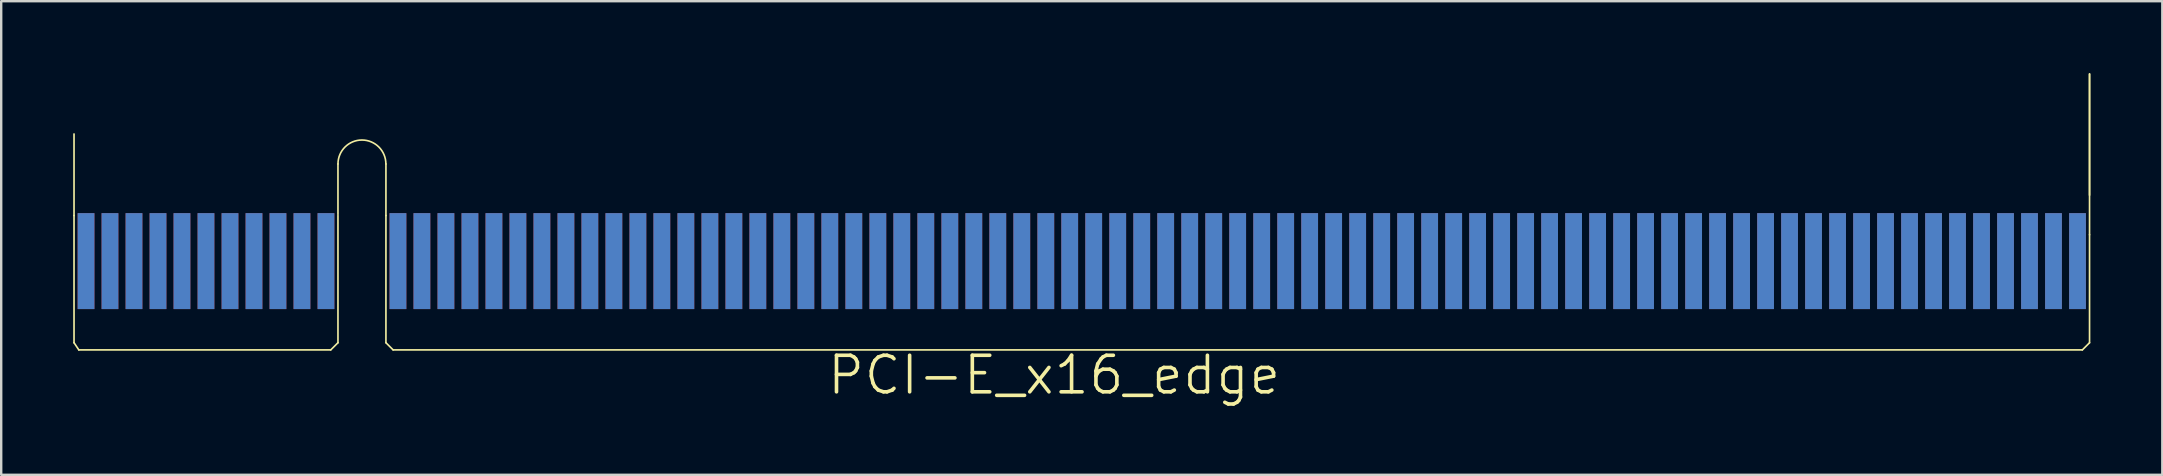
<source format=kicad_pcb>
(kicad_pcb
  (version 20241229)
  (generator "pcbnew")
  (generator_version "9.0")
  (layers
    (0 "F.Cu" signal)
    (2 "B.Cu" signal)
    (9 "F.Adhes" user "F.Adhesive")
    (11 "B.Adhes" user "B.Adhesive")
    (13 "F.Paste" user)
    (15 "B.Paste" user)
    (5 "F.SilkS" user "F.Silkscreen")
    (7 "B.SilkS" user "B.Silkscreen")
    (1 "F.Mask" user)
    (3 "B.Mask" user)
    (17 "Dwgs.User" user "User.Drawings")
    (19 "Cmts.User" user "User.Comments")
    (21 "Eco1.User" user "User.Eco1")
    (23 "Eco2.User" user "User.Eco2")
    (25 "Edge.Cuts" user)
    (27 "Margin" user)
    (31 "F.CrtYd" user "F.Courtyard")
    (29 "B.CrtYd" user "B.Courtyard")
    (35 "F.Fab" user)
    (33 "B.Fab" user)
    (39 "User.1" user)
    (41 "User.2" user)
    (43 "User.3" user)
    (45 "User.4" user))
  (footprint "PCI-E_x16_edge"
    (layer "F.Cu")
    (at 40.883 12.582)
    (property "Reference" "PCI-E_x16_edge" (at 0 0 0) (layer "F.SilkS") (effects (font (size 1.524 1.524) (thickness 0.15))))
    (attr smd)
    (fp_line (start -40.848 -6.65) (end -40.848 -10.048) (stroke (width 0.069) (type solid)) (layer "F.SilkS"))
    (fp_line (start -40.848 -1.349) (end -40.848 -6.65) (stroke (width 0.069) (type solid)) (layer "F.SilkS"))
    (fp_line (start -40.848 -1.349) (end -40.648 -1.049) (stroke (width 0.069) (type solid)) (layer "F.SilkS"))
    (fp_line (start -40.648 -1.049) (end -30.15 -1.049) (stroke (width 0.069) (type solid)) (layer "F.SilkS"))
    (fp_line (start -30.15 -1.049) (end -29.848 -1.349) (stroke (width 0.069) (type solid)) (layer "F.SilkS"))
    (fp_line (start -29.848 -6.698) (end -29.848 -8.799) (stroke (width 0.069) (type solid)) (layer "F.SilkS"))
    (fp_line (start -29.848 -1.349) (end -29.848 -6.65) (stroke (width 0.069) (type solid)) (layer "F.SilkS"))
    (fp_line (start -27.849 -6.65) (end -27.849 -8.799) (stroke (width 0.069) (type solid)) (layer "F.SilkS"))
    (fp_line (start -27.849 -6.65) (end -27.849 -1.349) (stroke (width 0.069) (type solid)) (layer "F.SilkS"))
    (fp_line (start -27.849 -1.349) (end -27.549 -1.049) (stroke (width 0.069) (type solid)) (layer "F.SilkS"))
    (fp_line (start -27.549 -1.049) (end 42.85 -1.049) (stroke (width 0.069) (type solid)) (layer "F.SilkS"))
    (fp_line (start 43.15 -12.548) (end 43.15 -7.498) (stroke (width 0.069) (type solid)) (layer "F.SilkS"))
    (fp_line (start 43.15 -5.85) (end 43.15 -12.548) (stroke (width 0.069) (type solid)) (layer "F.SilkS"))
    (fp_line (start 43.15 -5.85) (end 43.15 -1.349) (stroke (width 0.069) (type solid)) (layer "F.SilkS"))
    (fp_line (start 43.15 -1.349) (end 42.85 -1.049) (stroke (width 0.069) (type solid)) (layer "F.SilkS"))
    (fp_arc (start -29.84754 -8.79856) (mid -28.84932 -9.79678) (end -27.8511 -8.79856) (stroke (width 0.06858) (type solid)) (layer "F.SilkS"))
    (pad "A1" smd rect (at -40.348 -4.75 90) (size 3.998 0.699) (layers "B.Cu" "B.Mask"))
    (pad "A2" smd rect (at -39.35 -4.75 90) (size 3.998 0.699) (layers "B.Cu" "B.Mask"))
    (pad "A3" smd rect (at -38.349 -4.75 90) (size 3.998 0.699) (layers "B.Cu" "B.Mask"))
    (pad "A4" smd rect (at -37.348 -4.75 90) (size 3.998 0.699) (layers "B.Cu" "B.Mask"))
    (pad "A5" smd rect (at -36.35 -4.75 90) (size 3.998 0.699) (layers "B.Cu" "B.Mask"))
    (pad "A6" smd rect (at -35.349 -4.75 90) (size 3.998 0.699) (layers "B.Cu" "B.Mask"))
    (pad "A7" smd rect (at -34.348 -4.75 90) (size 3.998 0.699) (layers "B.Cu" "B.Mask"))
    (pad "A8" smd rect (at -33.348 -4.75 90) (size 3.998 0.699) (layers "B.Cu" "B.Mask"))
    (pad "A9" smd rect (at -32.349 -4.75 90) (size 3.998 0.699) (layers "B.Cu" "B.Mask"))
    (pad "A10" smd rect (at -31.349 -4.75 90) (size 3.998 0.699) (layers "B.Cu" "B.Mask"))
    (pad "A11" smd rect (at -30.348 -4.75 90) (size 3.998 0.699) (layers "B.Cu" "B.Mask"))
    (pad "A12" smd rect (at -27.348 -4.75 90) (size 3.998 0.699) (layers "B.Cu" "B.Mask"))
    (pad "A13" smd rect (at -26.35 -4.75 90) (size 3.998 0.699) (layers "B.Cu" "B.Mask"))
    (pad "A14" smd rect (at -25.349 -4.75 90) (size 3.998 0.699) (layers "B.Cu" "B.Mask"))
    (pad "A15" smd rect (at -24.348 -4.75 90) (size 3.998 0.699) (layers "B.Cu" "B.Mask"))
    (pad "A16" smd rect (at -23.348 -4.75 90) (size 3.998 0.699) (layers "B.Cu" "B.Mask"))
    (pad "A17" smd rect (at -22.349 -4.75 90) (size 3.998 0.699) (layers "B.Cu" "B.Mask"))
    (pad "A18" smd rect (at -21.349 -4.75 90) (size 3.998 0.699) (layers "B.Cu" "B.Mask"))
    (pad "A19" smd rect (at -20.348 -4.75 90) (size 3.998 0.699) (layers "B.Cu" "B.Mask"))
    (pad "A20" smd rect (at -19.35 -4.75 90) (size 3.998 0.699) (layers "B.Cu" "B.Mask"))
    (pad "A21" smd rect (at -18.349 -4.75 90) (size 3.998 0.699) (layers "B.Cu" "B.Mask"))
    (pad "A22" smd rect (at -17.348 -4.75 90) (size 3.998 0.699) (layers "B.Cu" "B.Mask"))
    (pad "A23" smd rect (at -16.35 -4.75 90) (size 3.998 0.699) (layers "B.Cu" "B.Mask"))
    (pad "A24" smd rect (at -15.349 -4.75 90) (size 3.998 0.699) (layers "B.Cu" "B.Mask"))
    (pad "A25" smd rect (at -14.348 -4.75 90) (size 3.998 0.699) (layers "B.Cu" "B.Mask"))
    (pad "A26" smd rect (at -13.348 -4.75 90) (size 3.998 0.699) (layers "B.Cu" "B.Mask"))
    (pad "A27" smd rect (at -12.349 -4.75 90) (size 3.998 0.699) (layers "B.Cu" "B.Mask"))
    (pad "A28" smd rect (at -11.349 -4.75 90) (size 3.998 0.699) (layers "B.Cu" "B.Mask"))
    (pad "A29" smd rect (at -10.348 -4.75 90) (size 3.998 0.699) (layers "B.Cu" "B.Mask"))
    (pad "A30" smd rect (at -9.35 -4.75 90) (size 3.998 0.699) (layers "B.Cu" "B.Mask"))
    (pad "A31" smd rect (at -8.349 -4.75 90) (size 3.998 0.699) (layers "B.Cu" "B.Mask"))
    (pad "A32" smd rect (at -7.348 -4.75 90) (size 3.998 0.699) (layers "B.Cu" "B.Mask"))
    (pad "A33" smd rect (at -6.35 -4.75 90) (size 3.998 0.699) (layers "B.Cu" "B.Mask"))
    (pad "A34" smd rect (at -5.349 -4.75 90) (size 3.998 0.699) (layers "B.Cu" "B.Mask"))
    (pad "A35" smd rect (at -4.348 -4.75 90) (size 3.998 0.699) (layers "B.Cu" "B.Mask"))
    (pad "A36" smd rect (at -3.348 -4.75 90) (size 3.998 0.699) (layers "B.Cu" "B.Mask"))
    (pad "A37" smd rect (at -2.349 -4.75 90) (size 3.998 0.699) (layers "B.Cu" "B.Mask"))
    (pad "A38" smd rect (at -1.349 -4.75 90) (size 3.998 0.699) (layers "B.Cu" "B.Mask"))
    (pad "A39" smd rect (at -0.348 -4.75 90) (size 3.998 0.699) (layers "B.Cu" "B.Mask"))
    (pad "A40" smd rect (at 0.648 -4.75 90) (size 3.998 0.699) (layers "B.Cu" "B.Mask"))
    (pad "A41" smd rect (at 1.648 -4.75 90) (size 3.998 0.699) (layers "B.Cu" "B.Mask"))
    (pad "A42" smd rect (at 2.649 -4.75 90) (size 3.998 0.699) (layers "B.Cu" "B.Mask"))
    (pad "A43" smd rect (at 3.65 -4.75 90) (size 3.998 0.699) (layers "B.Cu" "B.Mask"))
    (pad "A44" smd rect (at 4.648 -4.75 90) (size 3.998 0.699) (layers "B.Cu" "B.Mask"))
    (pad "A45" smd rect (at 5.649 -4.75 90) (size 3.998 0.699) (layers "B.Cu" "B.Mask"))
    (pad "A46" smd rect (at 6.65 -4.75 90) (size 3.998 0.699) (layers "B.Cu" "B.Mask"))
    (pad "A47" smd rect (at 7.648 -4.75 90) (size 3.998 0.699) (layers "B.Cu" "B.Mask"))
    (pad "A48" smd rect (at 8.649 -4.75 90) (size 3.998 0.699) (layers "B.Cu" "B.Mask"))
    (pad "A49" smd rect (at 9.649 -4.75 90) (size 3.998 0.699) (layers "B.Cu" "B.Mask"))
    (pad "A50" smd rect (at 10.648 -4.75 90) (size 3.998 0.699) (layers "B.Cu" "B.Mask"))
    (pad "A51" smd rect (at 11.648 -4.75 90) (size 3.998 0.699) (layers "B.Cu" "B.Mask"))
    (pad "A52" smd rect (at 12.649 -4.75 90) (size 3.998 0.699) (layers "B.Cu" "B.Mask"))
    (pad "A53" smd rect (at 13.65 -4.75 90) (size 3.998 0.699) (layers "B.Cu" "B.Mask"))
    (pad "A54" smd rect (at 14.648 -4.75 90) (size 3.998 0.699) (layers "B.Cu" "B.Mask"))
    (pad "A55" smd rect (at 15.649 -4.75 90) (size 3.998 0.699) (layers "B.Cu" "B.Mask"))
    (pad "A56" smd rect (at 16.65 -4.75 90) (size 3.998 0.699) (layers "B.Cu" "B.Mask"))
    (pad "A57" smd rect (at 17.648 -4.75 90) (size 3.998 0.699) (layers "B.Cu" "B.Mask"))
    (pad "A58" smd rect (at 18.649 -4.75 90) (size 3.998 0.699) (layers "B.Cu" "B.Mask"))
    (pad "A59" smd rect (at 19.649 -4.75 90) (size 3.998 0.699) (layers "B.Cu" "B.Mask"))
    (pad "A60" smd rect (at 20.648 -4.75 90) (size 3.998 0.699) (layers "B.Cu" "B.Mask"))
    (pad "A61" smd rect (at 21.648 -4.75 90) (size 3.998 0.699) (layers "B.Cu" "B.Mask"))
    (pad "A62" smd rect (at 22.649 -4.75 90) (size 3.998 0.699) (layers "B.Cu" "B.Mask"))
    (pad "A63" smd rect (at 23.65 -4.75 90) (size 3.998 0.699) (layers "B.Cu" "B.Mask"))
    (pad "A64" smd rect (at 24.648 -4.75 90) (size 3.998 0.699) (layers "B.Cu" "B.Mask"))
    (pad "A65" smd rect (at 25.649 -4.75 90) (size 3.998 0.699) (layers "B.Cu" "B.Mask"))
    (pad "A66" smd rect (at 26.65 -4.75 90) (size 3.998 0.699) (layers "B.Cu" "B.Mask"))
    (pad "A67" smd rect (at 27.648 -4.75 90) (size 3.998 0.699) (layers "B.Cu" "B.Mask"))
    (pad "A68" smd rect (at 28.649 -4.75 90) (size 3.998 0.699) (layers "B.Cu" "B.Mask"))
    (pad "A69" smd rect (at 29.649 -4.75 90) (size 3.998 0.699) (layers "B.Cu" "B.Mask"))
    (pad "A70" smd rect (at 30.648 -4.75 90) (size 3.998 0.699) (layers "B.Cu" "B.Mask"))
    (pad "A71" smd rect (at 31.648 -4.75 90) (size 3.998 0.699) (layers "B.Cu" "B.Mask"))
    (pad "A72" smd rect (at 32.649 -4.75 90) (size 3.998 0.699) (layers "B.Cu" "B.Mask"))
    (pad "A73" smd rect (at 33.65 -4.75 90) (size 3.998 0.699) (layers "B.Cu" "B.Mask"))
    (pad "A74" smd rect (at 34.648 -4.75 90) (size 3.998 0.699) (layers "B.Cu" "B.Mask"))
    (pad "A75" smd rect (at 35.649 -4.75 90) (size 3.998 0.699) (layers "B.Cu" "B.Mask"))
    (pad "A76" smd rect (at 36.65 -4.75 90) (size 3.998 0.699) (layers "B.Cu" "B.Mask"))
    (pad "A77" smd rect (at 37.648 -4.75 90) (size 3.998 0.699) (layers "B.Cu" "B.Mask"))
    (pad "A78" smd rect (at 38.649 -4.75 90) (size 3.998 0.699) (layers "B.Cu" "B.Mask"))
    (pad "A79" smd rect (at 39.649 -4.75 90) (size 3.998 0.699) (layers "B.Cu" "B.Mask"))
    (pad "A80" smd rect (at 40.648 -4.75 90) (size 3.998 0.699) (layers "B.Cu" "B.Mask"))
    (pad "A81" smd rect (at 41.648 -4.75 90) (size 3.998 0.699) (layers "B.Cu" "B.Mask"))
    (pad "A82" smd rect (at 42.649 -4.75 90) (size 3.998 0.699) (layers "B.Cu" "B.Mask"))
    (pad "B1" smd rect (at -40.348 -4.75 90) (size 3.998 0.699) (layers "F.Cu" "F.Mask" "F.Paste"))
    (pad "B2" smd rect (at -39.35 -4.75 90) (size 3.998 0.699) (layers "F.Cu" "F.Mask" "F.Paste"))
    (pad "B3" smd rect (at -38.349 -4.75 90) (size 3.998 0.699) (layers "F.Cu" "F.Mask" "F.Paste"))
    (pad "B4" smd rect (at -37.348 -4.75 90) (size 3.998 0.699) (layers "F.Cu" "F.Mask" "F.Paste"))
    (pad "B5" smd rect (at -36.35 -4.75 90) (size 3.998 0.699) (layers "F.Cu" "F.Mask" "F.Paste"))
    (pad "B6" smd rect (at -35.349 -4.75 90) (size 3.998 0.699) (layers "F.Cu" "F.Mask" "F.Paste"))
    (pad "B7" smd rect (at -34.348 -4.75 90) (size 3.998 0.699) (layers "F.Cu" "F.Mask" "F.Paste"))
    (pad "B8" smd rect (at -33.348 -4.75 90) (size 3.998 0.699) (layers "F.Cu" "F.Mask" "F.Paste"))
    (pad "B9" smd rect (at -32.349 -4.75 90) (size 3.998 0.699) (layers "F.Cu" "F.Mask" "F.Paste"))
    (pad "B10" smd rect (at -31.349 -4.75 90) (size 3.998 0.699) (layers "F.Cu" "F.Mask" "F.Paste"))
    (pad "B11" smd rect (at -30.348 -4.75 90) (size 3.998 0.699) (layers "F.Cu" "F.Mask" "F.Paste"))
    (pad "B12" smd rect (at -27.348 -4.75 90) (size 3.998 0.699) (layers "F.Cu" "F.Mask" "F.Paste"))
    (pad "B13" smd rect (at -26.35 -4.75 90) (size 3.998 0.699) (layers "F.Cu" "F.Mask" "F.Paste"))
    (pad "B14" smd rect (at -25.349 -4.75 90) (size 3.998 0.699) (layers "F.Cu" "F.Mask" "F.Paste"))
    (pad "B15" smd rect (at -24.348 -4.75 90) (size 3.998 0.699) (layers "F.Cu" "F.Mask" "F.Paste"))
    (pad "B16" smd rect (at -23.348 -4.75 90) (size 3.998 0.699) (layers "F.Cu" "F.Mask" "F.Paste"))
    (pad "B17" smd rect (at -22.349 -4.75 90) (size 3.998 0.699) (layers "F.Cu" "F.Mask" "F.Paste"))
    (pad "B18" smd rect (at -21.349 -4.75 90) (size 3.998 0.699) (layers "F.Cu" "F.Mask" "F.Paste"))
    (pad "B19" smd rect (at -20.348 -4.75 90) (size 3.998 0.699) (layers "F.Cu" "F.Mask" "F.Paste"))
    (pad "B20" smd rect (at -19.35 -4.75 90) (size 3.998 0.699) (layers "F.Cu" "F.Mask" "F.Paste"))
    (pad "B21" smd rect (at -18.349 -4.75 90) (size 3.998 0.699) (layers "F.Cu" "F.Mask" "F.Paste"))
    (pad "B22" smd rect (at -17.348 -4.75 90) (size 3.998 0.699) (layers "F.Cu" "F.Mask" "F.Paste"))
    (pad "B23" smd rect (at -16.35 -4.75 90) (size 3.998 0.699) (layers "F.Cu" "F.Mask" "F.Paste"))
    (pad "B24" smd rect (at -15.349 -4.75 90) (size 3.998 0.699) (layers "F.Cu" "F.Mask" "F.Paste"))
    (pad "B25" smd rect (at -14.348 -4.75 90) (size 3.998 0.699) (layers "F.Cu" "F.Mask" "F.Paste"))
    (pad "B26" smd rect (at -13.348 -4.75 90) (size 3.998 0.699) (layers "F.Cu" "F.Mask" "F.Paste"))
    (pad "B27" smd rect (at -12.349 -4.75 90) (size 3.998 0.699) (layers "F.Cu" "F.Mask" "F.Paste"))
    (pad "B28" smd rect (at -11.349 -4.75 90) (size 3.998 0.699) (layers "F.Cu" "F.Mask" "F.Paste"))
    (pad "B29" smd rect (at -10.348 -4.75 90) (size 3.998 0.699) (layers "F.Cu" "F.Mask" "F.Paste"))
    (pad "B30" smd rect (at -9.35 -4.75 90) (size 3.998 0.699) (layers "F.Cu" "F.Mask" "F.Paste"))
    (pad "B31" smd rect (at -8.349 -4.75 90) (size 3.998 0.699) (layers "F.Cu" "F.Mask" "F.Paste"))
    (pad "B32" smd rect (at -7.348 -4.75 90) (size 3.998 0.699) (layers "F.Cu" "F.Mask" "F.Paste"))
    (pad "B33" smd rect (at -6.35 -4.75 90) (size 3.998 0.699) (layers "F.Cu" "F.Mask" "F.Paste"))
    (pad "B34" smd rect (at -5.349 -4.75 90) (size 3.998 0.699) (layers "F.Cu" "F.Mask" "F.Paste"))
    (pad "B35" smd rect (at -4.348 -4.75 90) (size 3.998 0.699) (layers "F.Cu" "F.Mask" "F.Paste"))
    (pad "B36" smd rect (at -3.348 -4.75 90) (size 3.998 0.699) (layers "F.Cu" "F.Mask" "F.Paste"))
    (pad "B37" smd rect (at -2.349 -4.75 90) (size 3.998 0.699) (layers "F.Cu" "F.Mask" "F.Paste"))
    (pad "B38" smd rect (at -1.349 -4.75 90) (size 3.998 0.699) (layers "F.Cu" "F.Mask" "F.Paste"))
    (pad "B39" smd rect (at -0.348 -4.75 90) (size 3.998 0.699) (layers "F.Cu" "F.Mask" "F.Paste"))
    (pad "B40" smd rect (at 0.648 -4.75 90) (size 3.998 0.699) (layers "F.Cu" "F.Mask" "F.Paste"))
    (pad "B41" smd rect (at 1.648 -4.75 90) (size 3.998 0.699) (layers "F.Cu" "F.Mask" "F.Paste"))
    (pad "B42" smd rect (at 2.649 -4.75 90) (size 3.998 0.699) (layers "F.Cu" "F.Mask" "F.Paste"))
    (pad "B43" smd rect (at 3.65 -4.75 90) (size 3.998 0.699) (layers "F.Cu" "F.Mask" "F.Paste"))
    (pad "B44" smd rect (at 4.648 -4.75 90) (size 3.998 0.699) (layers "F.Cu" "F.Mask" "F.Paste"))
    (pad "B45" smd rect (at 5.649 -4.75 90) (size 3.998 0.699) (layers "F.Cu" "F.Mask" "F.Paste"))
    (pad "B46" smd rect (at 6.65 -4.75 90) (size 3.998 0.699) (layers "F.Cu" "F.Mask" "F.Paste"))
    (pad "B47" smd rect (at 7.648 -4.75 90) (size 3.998 0.699) (layers "F.Cu" "F.Mask" "F.Paste"))
    (pad "B48" smd rect (at 8.649 -4.75 90) (size 3.998 0.699) (layers "F.Cu" "F.Mask" "F.Paste"))
    (pad "B49" smd rect (at 9.649 -4.75 90) (size 3.998 0.699) (layers "F.Cu" "F.Mask" "F.Paste"))
    (pad "B50" smd rect (at 10.648 -4.75 90) (size 3.998 0.699) (layers "F.Cu" "F.Mask" "F.Paste"))
    (pad "B51" smd rect (at 11.648 -4.75 90) (size 3.998 0.699) (layers "F.Cu" "F.Mask" "F.Paste"))
    (pad "B52" smd rect (at 12.649 -4.75 90) (size 3.998 0.699) (layers "F.Cu" "F.Mask" "F.Paste"))
    (pad "B53" smd rect (at 13.65 -4.75 90) (size 3.998 0.699) (layers "F.Cu" "F.Mask" "F.Paste"))
    (pad "B54" smd rect (at 14.648 -4.75 90) (size 3.998 0.699) (layers "F.Cu" "F.Mask" "F.Paste"))
    (pad "B55" smd rect (at 15.649 -4.75 90) (size 3.998 0.699) (layers "F.Cu" "F.Mask" "F.Paste"))
    (pad "B56" smd rect (at 16.65 -4.75 90) (size 3.998 0.699) (layers "F.Cu" "F.Mask" "F.Paste"))
    (pad "B57" smd rect (at 17.648 -4.75 90) (size 3.998 0.699) (layers "F.Cu" "F.Mask" "F.Paste"))
    (pad "B58" smd rect (at 18.649 -4.75 90) (size 3.998 0.699) (layers "F.Cu" "F.Mask" "F.Paste"))
    (pad "B59" smd rect (at 19.649 -4.75 90) (size 3.998 0.699) (layers "F.Cu" "F.Mask" "F.Paste"))
    (pad "B60" smd rect (at 20.648 -4.75 90) (size 3.998 0.699) (layers "F.Cu" "F.Mask" "F.Paste"))
    (pad "B61" smd rect (at 21.648 -4.75 90) (size 3.998 0.699) (layers "F.Cu" "F.Mask" "F.Paste"))
    (pad "B62" smd rect (at 22.649 -4.75 90) (size 3.998 0.699) (layers "F.Cu" "F.Mask" "F.Paste"))
    (pad "B63" smd rect (at 23.65 -4.75 90) (size 3.998 0.699) (layers "F.Cu" "F.Mask" "F.Paste"))
    (pad "B64" smd rect (at 24.648 -4.75 90) (size 3.998 0.699) (layers "F.Cu" "F.Mask" "F.Paste"))
    (pad "B65" smd rect (at 25.649 -4.75 90) (size 3.998 0.699) (layers "F.Cu" "F.Mask" "F.Paste"))
    (pad "B66" smd rect (at 26.65 -4.75 90) (size 3.998 0.699) (layers "F.Cu" "F.Mask" "F.Paste"))
    (pad "B67" smd rect (at 27.648 -4.75 90) (size 3.998 0.699) (layers "F.Cu" "F.Mask" "F.Paste"))
    (pad "B68" smd rect (at 28.649 -4.75 90) (size 3.998 0.699) (layers "F.Cu" "F.Mask" "F.Paste"))
    (pad "B69" smd rect (at 29.649 -4.75 90) (size 3.998 0.699) (layers "F.Cu" "F.Mask" "F.Paste"))
    (pad "B70" smd rect (at 30.648 -4.75 90) (size 3.998 0.699) (layers "F.Cu" "F.Mask" "F.Paste"))
    (pad "B71" smd rect (at 31.648 -4.75 90) (size 3.998 0.699) (layers "F.Cu" "F.Mask" "F.Paste"))
    (pad "B72" smd rect (at 32.649 -4.75 90) (size 3.998 0.699) (layers "F.Cu" "F.Mask" "F.Paste"))
    (pad "B73" smd rect (at 33.65 -4.75 90) (size 3.998 0.699) (layers "F.Cu" "F.Mask" "F.Paste"))
    (pad "B74" smd rect (at 34.648 -4.75 90) (size 3.998 0.699) (layers "F.Cu" "F.Mask" "F.Paste"))
    (pad "B75" smd rect (at 35.649 -4.75 90) (size 3.998 0.699) (layers "F.Cu" "F.Mask" "F.Paste"))
    (pad "B76" smd rect (at 36.65 -4.75 90) (size 3.998 0.699) (layers "F.Cu" "F.Mask" "F.Paste"))
    (pad "B77" smd rect (at 37.648 -4.75 90) (size 3.998 0.699) (layers "F.Cu" "F.Mask" "F.Paste"))
    (pad "B78" smd rect (at 38.649 -4.75 90) (size 3.998 0.699) (layers "F.Cu" "F.Mask" "F.Paste"))
    (pad "B79" smd rect (at 39.649 -4.75 90) (size 3.998 0.699) (layers "F.Cu" "F.Mask" "F.Paste"))
    (pad "B80" smd rect (at 40.648 -4.75 90) (size 3.998 0.699) (layers "F.Cu" "F.Mask" "F.Paste"))
    (pad "B81" smd rect (at 41.648 -4.75 90) (size 3.998 0.699) (layers "F.Cu" "F.Mask" "F.Paste"))
    (pad "B82" smd rect (at 42.649 -4.75 90) (size 3.998 0.699) (layers "F.Cu" "F.Mask" "F.Paste")))
  (gr_rect
    (start -3 -3)
    (end 87.066 16.737)
    (stroke (width 0.1) (type default))
    (fill no)
    (layer "Edge.Cuts")))
</source>
